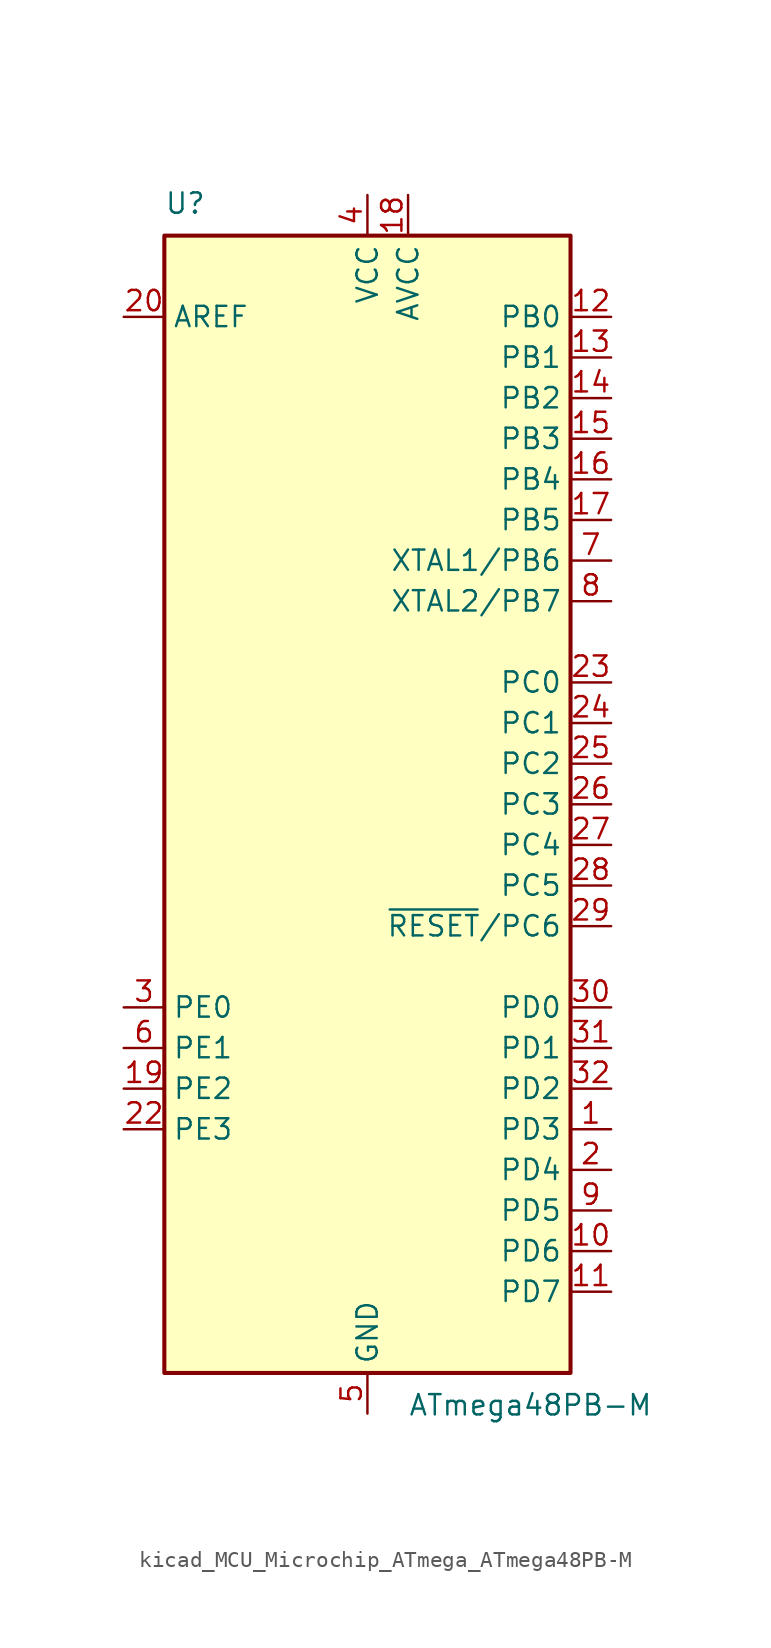
<source format=kicad_sym>
(kicad_symbol_lib
  (version 20220914)
  (generator kicad_symbol_editor)
  (symbol "kicad_MCU_Microchip_ATmega_ATmega48PB-M"
    (property "Reference" "U"
      (at -12.7 36.83 0)
      (effects (font (size 1.27 1.27)) (justify left bottom)))
    (property "Value" "ATmega48PB-M"
      (at 2.54 -36.83 0)
      (effects (font (size 1.27 1.27)) (justify left top)))
    (symbol "kicad_MCU_Microchip_ATmega_ATmega48PB-M_0_1"
      (rectangle (start -12.7 -35.56) (end 12.7 35.56) (stroke (width 0.254) (type default)) (fill (type background))))
    (symbol "kicad_MCU_Microchip_ATmega_ATmega48PB-M_1_1"
      (pin bidirectional line (at 15.24 -20.32 180) (length 2.54) (name "PD3" (effects (font (size 1.27 1.27)))) (number "1" (effects (font (size 1.27 1.27)))))
      (pin bidirectional line (at 15.24 -27.94 180) (length 2.54) (name "PD6" (effects (font (size 1.27 1.27)))) (number "10" (effects (font (size 1.27 1.27)))))
      (pin bidirectional line (at 15.24 -30.48 180) (length 2.54) (name "PD7" (effects (font (size 1.27 1.27)))) (number "11" (effects (font (size 1.27 1.27)))))
      (pin bidirectional line (at 15.24 30.48 180) (length 2.54) (name "PB0" (effects (font (size 1.27 1.27)))) (number "12" (effects (font (size 1.27 1.27)))))
      (pin bidirectional line (at 15.24 27.94 180) (length 2.54) (name "PB1" (effects (font (size 1.27 1.27)))) (number "13" (effects (font (size 1.27 1.27)))))
      (pin bidirectional line (at 15.24 25.4 180) (length 2.54) (name "PB2" (effects (font (size 1.27 1.27)))) (number "14" (effects (font (size 1.27 1.27)))))
      (pin bidirectional line (at 15.24 22.86 180) (length 2.54) (name "PB3" (effects (font (size 1.27 1.27)))) (number "15" (effects (font (size 1.27 1.27)))))
      (pin bidirectional line (at 15.24 20.32 180) (length 2.54) (name "PB4" (effects (font (size 1.27 1.27)))) (number "16" (effects (font (size 1.27 1.27)))))
      (pin bidirectional line (at 15.24 17.78 180) (length 2.54) (name "PB5" (effects (font (size 1.27 1.27)))) (number "17" (effects (font (size 1.27 1.27)))))
      (pin power_in line (at 2.54 38.1 270) (length 2.54) (name "AVCC" (effects (font (size 1.27 1.27)))) (number "18" (effects (font (size 1.27 1.27)))))
      (pin bidirectional line (at -15.24 -17.78 0) (length 2.54) (name "PE2" (effects (font (size 1.27 1.27)))) (number "19" (effects (font (size 1.27 1.27)))))
      (pin bidirectional line (at 15.24 -22.86 180) (length 2.54) (name "PD4" (effects (font (size 1.27 1.27)))) (number "2" (effects (font (size 1.27 1.27)))))
      (pin passive line (at -15.24 30.48 0) (length 2.54) (name "AREF" (effects (font (size 1.27 1.27)))) (number "20" (effects (font (size 1.27 1.27)))))
      (pin passive line (at 0 -38.1 90) (length 2.54) hide (name "GND" (effects (font (size 1.27 1.27)))) (number "21" (effects (font (size 1.27 1.27)))))
      (pin bidirectional line (at -15.24 -20.32 0) (length 2.54) (name "PE3" (effects (font (size 1.27 1.27)))) (number "22" (effects (font (size 1.27 1.27)))))
      (pin bidirectional line (at 15.24 7.62 180) (length 2.54) (name "PC0" (effects (font (size 1.27 1.27)))) (number "23" (effects (font (size 1.27 1.27)))))
      (pin bidirectional line (at 15.24 5.08 180) (length 2.54) (name "PC1" (effects (font (size 1.27 1.27)))) (number "24" (effects (font (size 1.27 1.27)))))
      (pin bidirectional line (at 15.24 2.54 180) (length 2.54) (name "PC2" (effects (font (size 1.27 1.27)))) (number "25" (effects (font (size 1.27 1.27)))))
      (pin bidirectional line (at 15.24 0 180) (length 2.54) (name "PC3" (effects (font (size 1.27 1.27)))) (number "26" (effects (font (size 1.27 1.27)))))
      (pin bidirectional line (at 15.24 -2.54 180) (length 2.54) (name "PC4" (effects (font (size 1.27 1.27)))) (number "27" (effects (font (size 1.27 1.27)))))
      (pin bidirectional line (at 15.24 -5.08 180) (length 2.54) (name "PC5" (effects (font (size 1.27 1.27)))) (number "28" (effects (font (size 1.27 1.27)))))
      (pin bidirectional line (at 15.24 -7.62 180) (length 2.54) (name "~{RESET}/PC6" (effects (font (size 1.27 1.27)))) (number "29" (effects (font (size 1.27 1.27)))))
      (pin bidirectional line (at -15.24 -12.7 0) (length 2.54) (name "PE0" (effects (font (size 1.27 1.27)))) (number "3" (effects (font (size 1.27 1.27)))))
      (pin bidirectional line (at 15.24 -12.7 180) (length 2.54) (name "PD0" (effects (font (size 1.27 1.27)))) (number "30" (effects (font (size 1.27 1.27)))))
      (pin bidirectional line (at 15.24 -15.24 180) (length 2.54) (name "PD1" (effects (font (size 1.27 1.27)))) (number "31" (effects (font (size 1.27 1.27)))))
      (pin bidirectional line (at 15.24 -17.78 180) (length 2.54) (name "PD2" (effects (font (size 1.27 1.27)))) (number "32" (effects (font (size 1.27 1.27)))))
      (pin passive line (at 0 -38.1 90) (length 2.54) hide (name "GND" (effects (font (size 1.27 1.27)))) (number "33" (effects (font (size 1.27 1.27)))))
      (pin power_in line (at 0 38.1 270) (length 2.54) (name "VCC" (effects (font (size 1.27 1.27)))) (number "4" (effects (font (size 1.27 1.27)))))
      (pin power_in line (at 0 -38.1 90) (length 2.54) (name "GND" (effects (font (size 1.27 1.27)))) (number "5" (effects (font (size 1.27 1.27)))))
      (pin bidirectional line (at -15.24 -15.24 0) (length 2.54) (name "PE1" (effects (font (size 1.27 1.27)))) (number "6" (effects (font (size 1.27 1.27)))))
      (pin bidirectional line (at 15.24 15.24 180) (length 2.54) (name "XTAL1/PB6" (effects (font (size 1.27 1.27)))) (number "7" (effects (font (size 1.27 1.27)))))
      (pin bidirectional line (at 15.24 12.7 180) (length 2.54) (name "XTAL2/PB7" (effects (font (size 1.27 1.27)))) (number "8" (effects (font (size 1.27 1.27)))))
      (pin bidirectional line (at 15.24 -25.4 180) (length 2.54) (name "PD5" (effects (font (size 1.27 1.27)))) (number "9" (effects (font (size 1.27 1.27))))))))
</source>
